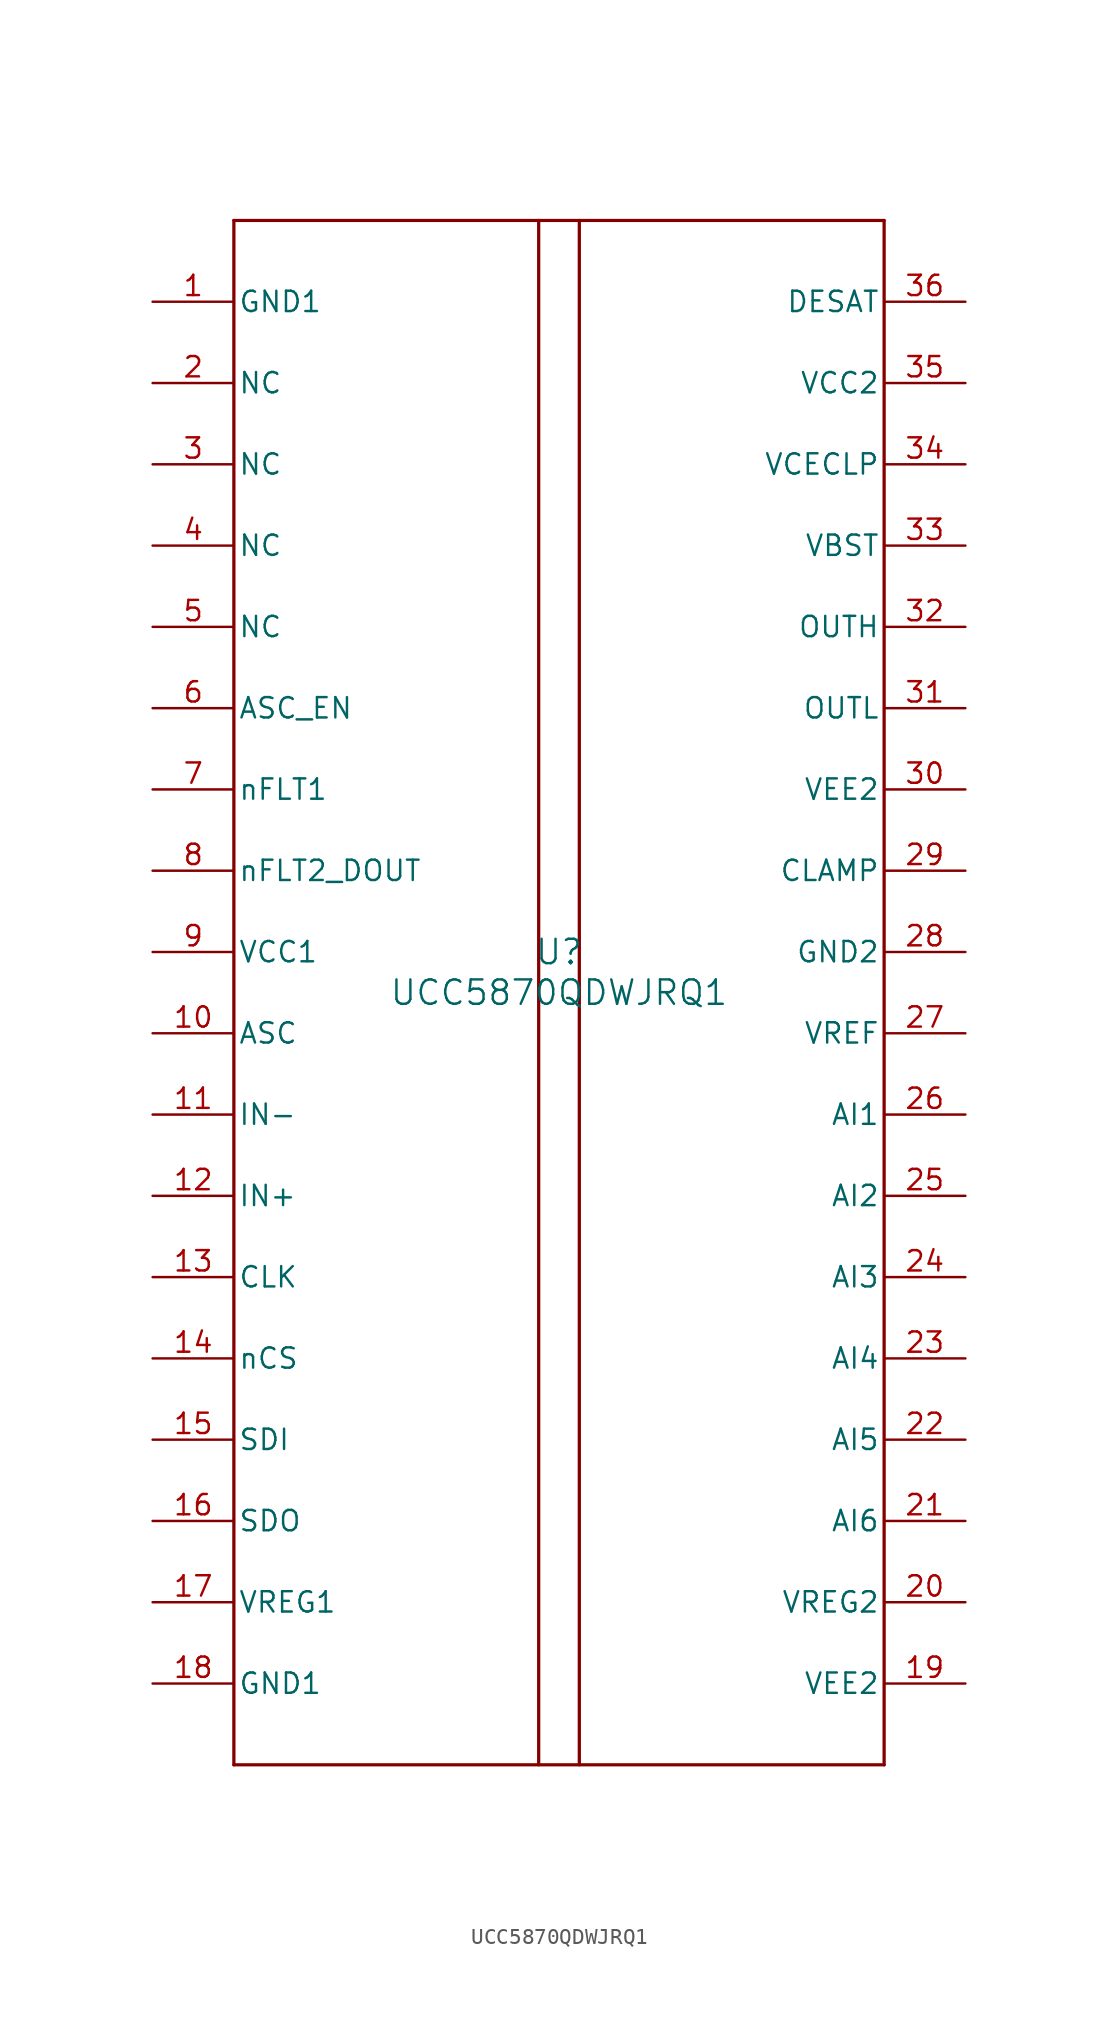
<source format=kicad_sym>
(kicad_symbol_lib
  (version 20211014)
  (generator kicad_symbol_editor)
  (symbol "UCC5870QDWJRQ1"
    (pin_names
      (offset 0.254))
    (property "Reference" "U"
      (at 0 2.54 0)
      (effects (font (size 1.524 1.524))))
    (property "Value" "UCC5870QDWJRQ1"
      (at 0 0 0)
      (effects (font (size 1.524 1.524))))
    (symbol "UCC5870QDWJRQ1_0_1"
      (polyline (pts (xy -20.32 -48.26) (xy 20.32 -48.26)) (stroke (width 0.203) (type default) (color 0 0 0 0)) (fill (type none)))
      (polyline (pts (xy 20.32 -48.26) (xy 20.32 48.26)) (stroke (width 0.203) (type default) (color 0 0 0 0)) (fill (type none)))
      (polyline (pts (xy 20.32 48.26) (xy -20.32 48.26)) (stroke (width 0.203) (type default) (color 0 0 0 0)) (fill (type none)))
      (polyline (pts (xy -20.32 48.26) (xy -20.32 -48.26)) (stroke (width 0.203) (type default) (color 0 0 0 0)) (fill (type none)))
      (polyline (pts (xy -1.27 -48.26) (xy -1.27 48.26)) (stroke (width 0.203) (type default) (color 0 0 0 0)) (fill (type none)))
      (polyline (pts (xy 1.27 -48.26) (xy 1.27 48.26)) (stroke (width 0.203) (type default) (color 0 0 0 0)) (fill (type none)))
      (pin power_in line (at -25.4 43.18 0) (length 5.08) (name "GND1" (effects (font (size 1.27 1.27)))) (number "1" (effects (font (size 1.27 1.27)))))
      (pin unspecified line (at -25.4 38.1 0) (length 5.08) (name "NC" (effects (font (size 1.27 1.27)))) (number "2" (effects (font (size 1.27 1.27)))))
      (pin unspecified line (at -25.4 33.02 0) (length 5.08) (name "NC" (effects (font (size 1.27 1.27)))) (number "3" (effects (font (size 1.27 1.27)))))
      (pin unspecified line (at -25.4 27.94 0) (length 5.08) (name "NC" (effects (font (size 1.27 1.27)))) (number "4" (effects (font (size 1.27 1.27)))))
      (pin unspecified line (at -25.4 22.86 0) (length 5.08) (name "NC" (effects (font (size 1.27 1.27)))) (number "5" (effects (font (size 1.27 1.27)))))
      (pin input line (at -25.4 17.78 0) (length 5.08) (name "ASC_EN" (effects (font (size 1.27 1.27)))) (number "6" (effects (font (size 1.27 1.27)))))
      (pin output line (at -25.4 12.7 0) (length 5.08) (name "nFLT1" (effects (font (size 1.27 1.27)))) (number "7" (effects (font (size 1.27 1.27)))))
      (pin output line (at -25.4 7.62 0) (length 5.08) (name "nFLT2_DOUT" (effects (font (size 1.27 1.27)))) (number "8" (effects (font (size 1.27 1.27)))))
      (pin power_in line (at -25.4 2.54 0) (length 5.08) (name "VCC1" (effects (font (size 1.27 1.27)))) (number "9" (effects (font (size 1.27 1.27)))))
      (pin power_in line (at -25.4 -2.54 0) (length 5.08) (name "ASC" (effects (font (size 1.27 1.27)))) (number "10" (effects (font (size 1.27 1.27)))))
      (pin power_in line (at -25.4 -7.62 0) (length 5.08) (name "IN-" (effects (font (size 1.27 1.27)))) (number "11" (effects (font (size 1.27 1.27)))))
      (pin input line (at -25.4 -12.7 0) (length 5.08) (name "IN+" (effects (font (size 1.27 1.27)))) (number "12" (effects (font (size 1.27 1.27)))))
      (pin input line (at -25.4 -17.78 0) (length 5.08) (name "CLK" (effects (font (size 1.27 1.27)))) (number "13" (effects (font (size 1.27 1.27)))))
      (pin input line (at -25.4 -22.86 0) (length 5.08) (name "nCS" (effects (font (size 1.27 1.27)))) (number "14" (effects (font (size 1.27 1.27)))))
      (pin input line (at -25.4 -27.94 0) (length 5.08) (name "SDI" (effects (font (size 1.27 1.27)))) (number "15" (effects (font (size 1.27 1.27)))))
      (pin output line (at -25.4 -33.02 0) (length 5.08) (name "SDO" (effects (font (size 1.27 1.27)))) (number "16" (effects (font (size 1.27 1.27)))))
      (pin power_in line (at -25.4 -38.1 0) (length 5.08) (name "VREG1" (effects (font (size 1.27 1.27)))) (number "17" (effects (font (size 1.27 1.27)))))
      (pin power_in line (at -25.4 -43.18 0) (length 5.08) (name "GND1" (effects (font (size 1.27 1.27)))) (number "18" (effects (font (size 1.27 1.27)))))
      (pin power_in line (at 25.4 -43.18 180) (length 5.08) (name "VEE2" (effects (font (size 1.27 1.27)))) (number "19" (effects (font (size 1.27 1.27)))))
      (pin power_in line (at 25.4 -38.1 180) (length 5.08) (name "VREG2" (effects (font (size 1.27 1.27)))) (number "20" (effects (font (size 1.27 1.27)))))
      (pin input line (at 25.4 -33.02 180) (length 5.08) (name "AI6" (effects (font (size 1.27 1.27)))) (number "21" (effects (font (size 1.27 1.27)))))
      (pin input line (at 25.4 -27.94 180) (length 5.08) (name "AI5" (effects (font (size 1.27 1.27)))) (number "22" (effects (font (size 1.27 1.27)))))
      (pin input line (at 25.4 -22.86 180) (length 5.08) (name "AI4" (effects (font (size 1.27 1.27)))) (number "23" (effects (font (size 1.27 1.27)))))
      (pin input line (at 25.4 -17.78 180) (length 5.08) (name "AI3" (effects (font (size 1.27 1.27)))) (number "24" (effects (font (size 1.27 1.27)))))
      (pin input line (at 25.4 -12.7 180) (length 5.08) (name "AI2" (effects (font (size 1.27 1.27)))) (number "25" (effects (font (size 1.27 1.27)))))
      (pin input line (at 25.4 -7.62 180) (length 5.08) (name "AI1" (effects (font (size 1.27 1.27)))) (number "26" (effects (font (size 1.27 1.27)))))
      (pin power_in line (at 25.4 -2.54 180) (length 5.08) (name "VREF" (effects (font (size 1.27 1.27)))) (number "27" (effects (font (size 1.27 1.27)))))
      (pin power_in line (at 25.4 2.54 180) (length 5.08) (name "GND2" (effects (font (size 1.27 1.27)))) (number "28" (effects (font (size 1.27 1.27)))))
      (pin bidirectional line (at 25.4 7.62 180) (length 5.08) (name "CLAMP" (effects (font (size 1.27 1.27)))) (number "29" (effects (font (size 1.27 1.27)))))
      (pin power_in line (at 25.4 12.7 180) (length 5.08) (name "VEE2" (effects (font (size 1.27 1.27)))) (number "30" (effects (font (size 1.27 1.27)))))
      (pin output line (at 25.4 17.78 180) (length 5.08) (name "OUTL" (effects (font (size 1.27 1.27)))) (number "31" (effects (font (size 1.27 1.27)))))
      (pin output line (at 25.4 22.86 180) (length 5.08) (name "OUTH" (effects (font (size 1.27 1.27)))) (number "32" (effects (font (size 1.27 1.27)))))
      (pin power_in line (at 25.4 27.94 180) (length 5.08) (name "VBST" (effects (font (size 1.27 1.27)))) (number "33" (effects (font (size 1.27 1.27)))))
      (pin input line (at 25.4 33.02 180) (length 5.08) (name "VCECLP" (effects (font (size 1.27 1.27)))) (number "34" (effects (font (size 1.27 1.27)))))
      (pin bidirectional line (at 25.4 38.1 180) (length 5.08) (name "VCC2" (effects (font (size 1.27 1.27)))) (number "35" (effects (font (size 1.27 1.27)))))
      (pin input line (at 25.4 43.18 180) (length 5.08) (name "DESAT" (effects (font (size 1.27 1.27)))) (number "36" (effects (font (size 1.27 1.27))))))))
</source>
